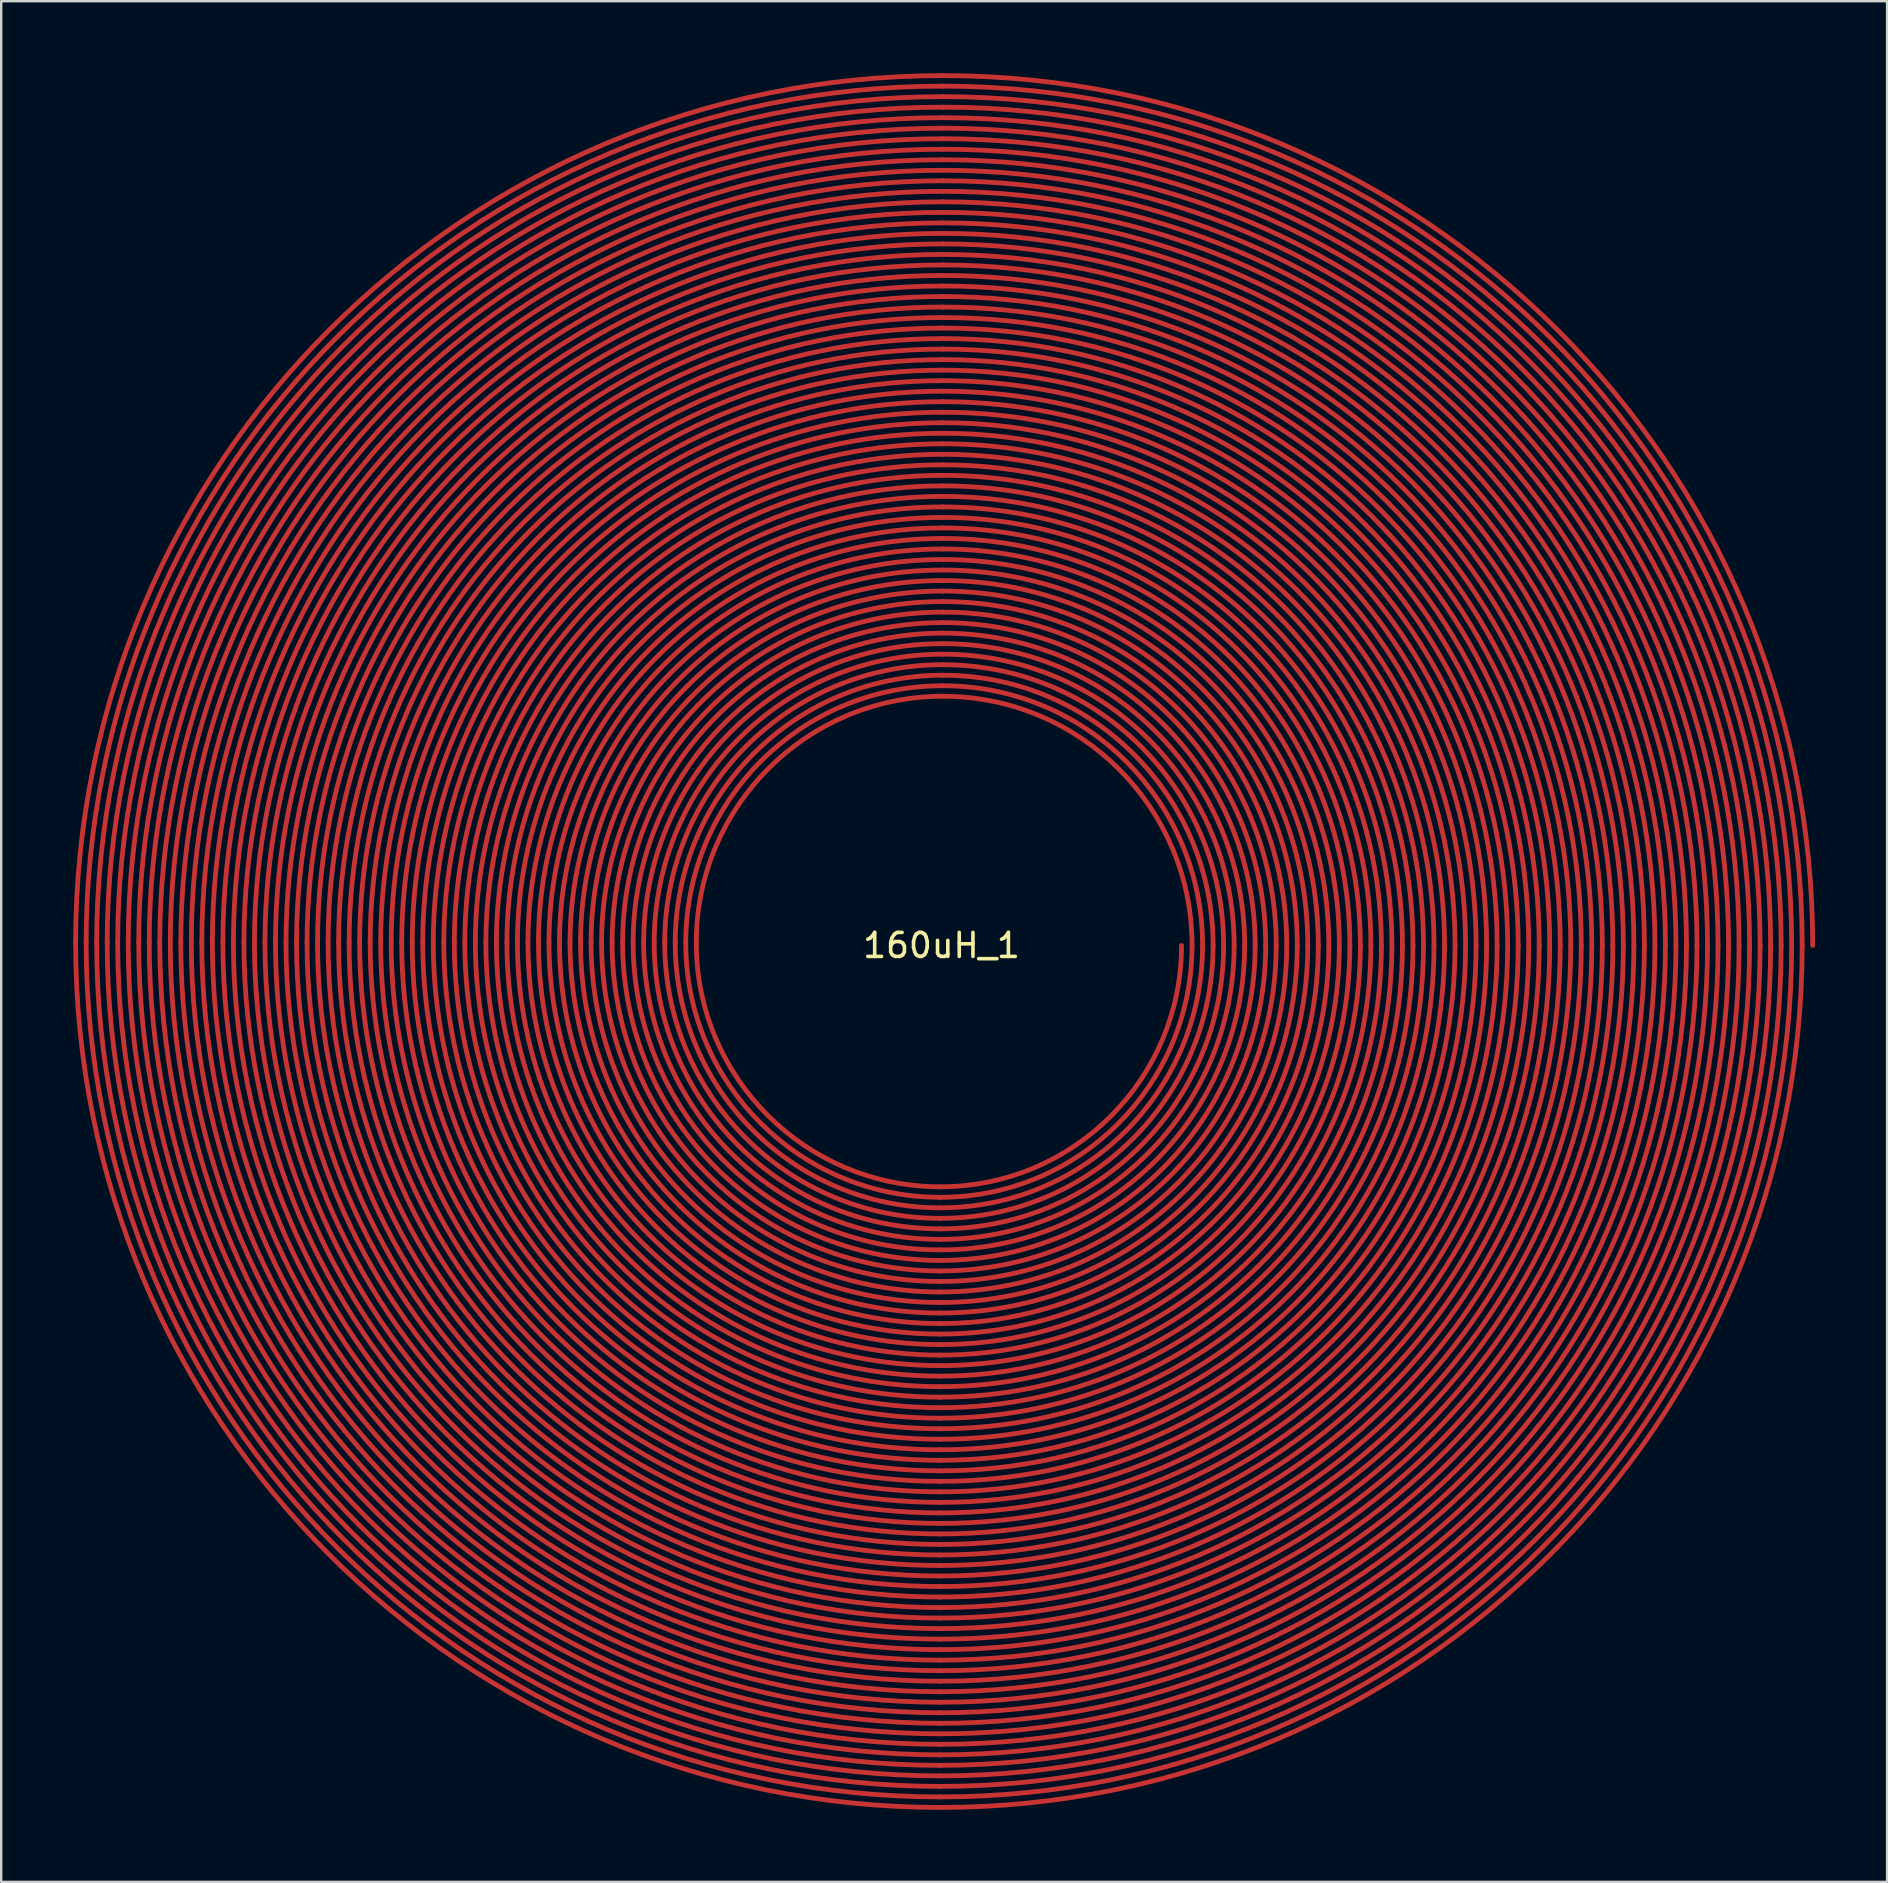
<source format=kicad_pcb>
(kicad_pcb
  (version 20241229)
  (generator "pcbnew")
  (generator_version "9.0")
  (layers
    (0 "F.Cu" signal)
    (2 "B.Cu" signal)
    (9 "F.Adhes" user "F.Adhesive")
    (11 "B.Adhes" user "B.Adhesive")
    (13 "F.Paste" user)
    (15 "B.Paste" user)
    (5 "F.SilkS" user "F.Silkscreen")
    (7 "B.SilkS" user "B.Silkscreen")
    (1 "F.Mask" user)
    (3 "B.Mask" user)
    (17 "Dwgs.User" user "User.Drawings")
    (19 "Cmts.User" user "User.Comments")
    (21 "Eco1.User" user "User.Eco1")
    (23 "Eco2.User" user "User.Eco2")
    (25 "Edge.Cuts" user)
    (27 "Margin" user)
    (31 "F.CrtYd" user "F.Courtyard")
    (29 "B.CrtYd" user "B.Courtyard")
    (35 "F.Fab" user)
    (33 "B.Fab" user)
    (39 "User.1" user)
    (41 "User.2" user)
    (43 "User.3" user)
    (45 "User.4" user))
  (footprint "160uH_1"
    (layer "F.Cu")
    (at 36.179 36.343)
    (property "Reference" "160uH_1" (at 0 0 0) (layer "F.SilkS") (effects (font (size 1 1) (thickness 0.15))))
    (attr smd)
    (fp_arc (start -36.078664 -0.109574) (mid -25.495421 -25.659782) (end 0.054787 -36.243025) (stroke (width 0.2) (type solid)) (layer "F.Cu"))
    (fp_arc (start -35.640367 -0.109574) (mid -25.185498 -25.349859) (end 0.054787 -35.804728) (stroke (width 0.2) (type solid)) (layer "F.Cu"))
    (fp_arc (start -35.20207 -0.109574) (mid -24.875576 -25.039937) (end 0.054787 -35.366431) (stroke (width 0.2) (type solid)) (layer "F.Cu"))
    (fp_arc (start -34.763773 -0.109574) (mid -24.565653 -24.730014) (end 0.054787 -34.928134) (stroke (width 0.2) (type solid)) (layer "F.Cu"))
    (fp_arc (start -34.325477 -0.109574) (mid -24.255731 -24.420092) (end 0.054787 -34.489838) (stroke (width 0.2) (type solid)) (layer "F.Cu"))
    (fp_arc (start -33.88718 -0.109574) (mid -23.945808 -24.110169) (end 0.054787 -34.051541) (stroke (width 0.2) (type solid)) (layer "F.Cu"))
    (fp_arc (start -33.448883 -0.109574) (mid -23.635885 -23.800246) (end 0.054787 -33.613244) (stroke (width 0.2) (type solid)) (layer "F.Cu"))
    (fp_arc (start -33.010586 -0.109574) (mid -23.325962 -23.490323) (end 0.054787 -33.174947) (stroke (width 0.2) (type solid)) (layer "F.Cu"))
    (fp_arc (start -32.572289 -0.109574) (mid -23.01604 -23.180401) (end 0.054787 -32.73665) (stroke (width 0.2) (type solid)) (layer "F.Cu"))
    (fp_arc (start -32.133992 -0.109574) (mid -22.706117 -22.870478) (end 0.054787 -32.298353) (stroke (width 0.2) (type solid)) (layer "F.Cu"))
    (fp_arc (start -31.695695 -0.109574) (mid -22.396194 -22.560555) (end 0.054787 -31.860056) (stroke (width 0.2) (type solid)) (layer "F.Cu"))
    (fp_arc (start -31.257398 -0.109574) (mid -22.086271 -22.250632) (end 0.054787 -31.421759) (stroke (width 0.2) (type solid)) (layer "F.Cu"))
    (fp_arc (start -30.819102 -0.109574) (mid -21.776349 -21.94071) (end 0.054787 -30.983463) (stroke (width 0.2) (type solid)) (layer "F.Cu"))
    (fp_arc (start -30.380805 -0.109574) (mid -21.466426 -21.630787) (end 0.054787 -30.545166) (stroke (width 0.2) (type solid)) (layer "F.Cu"))
    (fp_arc (start -29.942508 -0.109574) (mid -21.156504 -21.320865) (end 0.054787 -30.106869) (stroke (width 0.2) (type solid)) (layer "F.Cu"))
    (fp_arc (start -29.504211 -0.109574) (mid -20.846581 -21.010942) (end 0.054787 -29.668572) (stroke (width 0.2) (type solid)) (layer "F.Cu"))
    (fp_arc (start -29.065914 -0.109574) (mid -20.536658 -20.701019) (end 0.054787 -29.230275) (stroke (width 0.2) (type solid)) (layer "F.Cu"))
    (fp_arc (start -28.627617 -0.109574) (mid -20.226735 -20.391096) (end 0.054787 -28.791978) (stroke (width 0.2) (type solid)) (layer "F.Cu"))
    (fp_arc (start -28.18932 -0.109574) (mid -19.916813 -20.081174) (end 0.054787 -28.353681) (stroke (width 0.2) (type solid)) (layer "F.Cu"))
    (fp_arc (start -27.751023 -0.109574) (mid -19.60689 -19.771251) (end 0.054787 -27.915384) (stroke (width 0.2) (type solid)) (layer "F.Cu"))
    (fp_arc (start -27.312727 -0.109574) (mid -19.296968 -19.461329) (end 0.054787 -27.477088) (stroke (width 0.2) (type solid)) (layer "F.Cu"))
    (fp_arc (start -26.87443 -0.109574) (mid -18.987045 -19.151406) (end 0.054787 -27.038791) (stroke (width 0.2) (type solid)) (layer "F.Cu"))
    (fp_arc (start -26.436133 -0.109574) (mid -18.677122 -18.841483) (end 0.054787 -26.600494) (stroke (width 0.2) (type solid)) (layer "F.Cu"))
    (fp_arc (start -25.997836 -0.109574) (mid -18.367199 -18.53156) (end 0.054787 -26.162197) (stroke (width 0.2) (type solid)) (layer "F.Cu"))
    (fp_arc (start -25.559539 -0.109574) (mid -18.057277 -18.221638) (end 0.054787 -25.7239) (stroke (width 0.2) (type solid)) (layer "F.Cu"))
    (fp_arc (start -25.121242 -0.109574) (mid -17.747354 -17.911715) (end 0.054787 -25.285603) (stroke (width 0.2) (type solid)) (layer "F.Cu"))
    (fp_arc (start -24.682945 -0.109574) (mid -17.437431 -17.601792) (end 0.054787 -24.847306) (stroke (width 0.2) (type solid)) (layer "F.Cu"))
    (fp_arc (start -24.244648 -0.109574) (mid -17.127508 -17.291869) (end 0.054787 -24.409009) (stroke (width 0.2) (type solid)) (layer "F.Cu"))
    (fp_arc (start -23.806352 -0.109574) (mid -16.817586 -16.981947) (end 0.054787 -23.970713) (stroke (width 0.2) (type solid)) (layer "F.Cu"))
    (fp_arc (start -23.368055 -0.109574) (mid -16.507663 -16.672024) (end 0.054787 -23.532416) (stroke (width 0.2) (type solid)) (layer "F.Cu"))
    (fp_arc (start -22.929758 -0.109574) (mid -16.197741 -16.362102) (end 0.054787 -23.094119) (stroke (width 0.2) (type solid)) (layer "F.Cu"))
    (fp_arc (start -22.491461 -0.109574) (mid -15.887818 -16.052179) (end 0.054787 -22.655822) (stroke (width 0.2) (type solid)) (layer "F.Cu"))
    (fp_arc (start -22.053164 -0.109574) (mid -15.577895 -15.742256) (end 0.054787 -22.217525) (stroke (width 0.2) (type solid)) (layer "F.Cu"))
    (fp_arc (start -21.614867 -0.109574) (mid -15.267972 -15.432333) (end 0.054787 -21.779228) (stroke (width 0.2) (type solid)) (layer "F.Cu"))
    (fp_arc (start -21.17657 -0.109574) (mid -14.95805 -15.122411) (end 0.054787 -21.340931) (stroke (width 0.2) (type solid)) (layer "F.Cu"))
    (fp_arc (start -20.738273 -0.109574) (mid -14.648127 -14.812488) (end 0.054787 -20.902634) (stroke (width 0.2) (type solid)) (layer "F.Cu"))
    (fp_arc (start -20.299977 -0.109574) (mid -14.338205 -14.502566) (end 0.054787 -20.464338) (stroke (width 0.2) (type solid)) (layer "F.Cu"))
    (fp_arc (start -19.86168 -0.109574) (mid -14.028282 -14.192643) (end 0.054787 -20.026041) (stroke (width 0.2) (type solid)) (layer "F.Cu"))
    (fp_arc (start -19.423383 -0.109574) (mid -13.718359 -13.88272) (end 0.054787 -19.587744) (stroke (width 0.2) (type solid)) (layer "F.Cu"))
    (fp_arc (start -18.985086 -0.109574) (mid -13.408436 -13.572797) (end 0.054787 -19.149447) (stroke (width 0.2) (type solid)) (layer "F.Cu"))
    (fp_arc (start -18.546789 -0.109574) (mid -13.098514 -13.262875) (end 0.054787 -18.71115) (stroke (width 0.2) (type solid)) (layer "F.Cu"))
    (fp_arc (start -18.108492 -0.109574) (mid -12.788591 -12.952952) (end 0.054787 -18.272853) (stroke (width 0.2) (type solid)) (layer "F.Cu"))
    (fp_arc (start -17.670195 -0.109574) (mid -12.478668 -12.643029) (end 0.054787 -17.834556) (stroke (width 0.2) (type solid)) (layer "F.Cu"))
    (fp_arc (start -17.231898 -0.109574) (mid -12.168745 -12.333106) (end 0.054787 -17.396259) (stroke (width 0.2) (type solid)) (layer "F.Cu"))
    (fp_arc (start -16.793602 -0.109574) (mid -11.858823 -12.023184) (end 0.054787 -16.957963) (stroke (width 0.2) (type solid)) (layer "F.Cu"))
    (fp_arc (start -16.355305 -0.109574) (mid -11.5489 -11.713261) (end 0.054787 -16.519666) (stroke (width 0.2) (type solid)) (layer "F.Cu"))
    (fp_arc (start -15.917008 -0.109574) (mid -11.238978 -11.403339) (end 0.054787 -16.081369) (stroke (width 0.2) (type solid)) (layer "F.Cu"))
    (fp_arc (start -15.478711 -0.109574) (mid -10.929055 -11.093416) (end 0.054787 -15.643072) (stroke (width 0.2) (type solid)) (layer "F.Cu"))
    (fp_arc (start -15.040414 -0.109574) (mid -10.619132 -10.783493) (end 0.054787 -15.204775) (stroke (width 0.2) (type solid)) (layer "F.Cu"))
    (fp_arc (start -14.602117 -0.109574) (mid -10.309209 -10.47357) (end 0.054787 -14.766478) (stroke (width 0.2) (type solid)) (layer "F.Cu"))
    (fp_arc (start -14.16382 -0.109574) (mid -9.999286 -10.163647) (end 0.054787 -14.328181) (stroke (width 0.2) (type solid)) (layer "F.Cu"))
    (fp_arc (start -13.725523 -0.109574) (mid -9.689364 -9.853725) (end 0.054787 -13.889884) (stroke (width 0.2) (type solid)) (layer "F.Cu"))
    (fp_arc (start -13.287227 -0.109574) (mid -9.379442 -9.543803) (end 0.054787 -13.451588) (stroke (width 0.2) (type solid)) (layer "F.Cu"))
    (fp_arc (start -12.84893 -0.109574) (mid -9.069519 -9.23388) (end 0.054787 -13.013291) (stroke (width 0.2) (type solid)) (layer "F.Cu"))
    (fp_arc (start -12.410633 -0.109574) (mid -8.759596 -8.923957) (end 0.054787 -12.574994) (stroke (width 0.2) (type solid)) (layer "F.Cu"))
    (fp_arc (start -11.972336 -0.109574) (mid -8.449673 -8.614034) (end 0.054787 -12.136697) (stroke (width 0.2) (type solid)) (layer "F.Cu"))
    (fp_arc (start -11.534039 -0.109574) (mid -8.13975 -8.304111) (end 0.054787 -11.6984) (stroke (width 0.2) (type solid)) (layer "F.Cu"))
    (fp_arc (start -11.095742 -0.109574) (mid -7.829828 -7.994189) (end 0.054787 -11.260103) (stroke (width 0.2) (type solid)) (layer "F.Cu"))
    (fp_arc (start -10.657445 -0.109574) (mid -7.519905 -7.684266) (end 0.054787 -10.821806) (stroke (width 0.2) (type solid)) (layer "F.Cu"))
    (fp_arc (start -10.219148 -0.109574) (mid -7.209982 -7.374343) (end 0.054787 -10.383509) (stroke (width 0.2) (type solid)) (layer "F.Cu"))
    (fp_arc (start -0.054787 10.054787) (mid -7.242076 7.077715) (end -10.219148 -0.109574) (stroke (width 0.2) (type solid)) (layer "F.Cu"))
    (fp_arc (start -0.054787 10.493084) (mid -7.551998 7.387637) (end -10.657445 -0.109574) (stroke (width 0.2) (type solid)) (layer "F.Cu"))
    (fp_arc (start -0.054787 10.931381) (mid -7.861921 7.69756) (end -11.095742 -0.109574) (stroke (width 0.2) (type solid)) (layer "F.Cu"))
    (fp_arc (start -0.054787 11.369678) (mid -8.171844 8.007483) (end -11.534039 -0.109574) (stroke (width 0.2) (type solid)) (layer "F.Cu"))
    (fp_arc (start -0.054787 11.807975) (mid -8.481767 8.317406) (end -11.972336 -0.109574) (stroke (width 0.2) (type solid)) (layer "F.Cu"))
    (fp_arc (start -0.054787 12.246271) (mid -8.791689 8.627328) (end -12.410632 -0.109574) (stroke (width 0.2) (type solid)) (layer "F.Cu"))
    (fp_arc (start -0.054787 12.684568) (mid -9.101612 8.937251) (end -12.848929 -0.109574) (stroke (width 0.2) (type solid)) (layer "F.Cu"))
    (fp_arc (start -0.054787 13.122865) (mid -9.411534 9.247173) (end -13.287226 -0.109574) (stroke (width 0.2) (type solid)) (layer "F.Cu"))
    (fp_arc (start -0.054787 13.561162) (mid -9.721457 9.557096) (end -13.725523 -0.109574) (stroke (width 0.2) (type solid)) (layer "F.Cu"))
    (fp_arc (start -0.054787 13.999459) (mid -10.03138 9.867019) (end -14.16382 -0.109574) (stroke (width 0.2) (type solid)) (layer "F.Cu"))
    (fp_arc (start -0.054787 14.437756) (mid -10.341303 10.176942) (end -14.602117 -0.109574) (stroke (width 0.2) (type solid)) (layer "F.Cu"))
    (fp_arc (start -0.054787 14.876053) (mid -10.651225 10.486864) (end -15.040414 -0.109574) (stroke (width 0.2) (type solid)) (layer "F.Cu"))
    (fp_arc (start -0.054787 15.31435) (mid -10.961148 10.796787) (end -15.478711 -0.109574) (stroke (width 0.2) (type solid)) (layer "F.Cu"))
    (fp_arc (start -0.054787 15.752646) (mid -11.27107 11.106709) (end -15.917007 -0.109574) (stroke (width 0.2) (type solid)) (layer "F.Cu"))
    (fp_arc (start -0.054787 16.190943) (mid -11.580993 11.416632) (end -16.355304 -0.109574) (stroke (width 0.2) (type solid)) (layer "F.Cu"))
    (fp_arc (start -0.054787 16.62924) (mid -11.890916 11.726555) (end -16.793601 -0.109574) (stroke (width 0.2) (type solid)) (layer "F.Cu"))
    (fp_arc (start -0.054787 17.067537) (mid -12.200839 12.036478) (end -17.231898 -0.109574) (stroke (width 0.2) (type solid)) (layer "F.Cu"))
    (fp_arc (start -0.054787 17.505834) (mid -12.510761 12.3464) (end -17.670195 -0.109574) (stroke (width 0.2) (type solid)) (layer "F.Cu"))
    (fp_arc (start -0.054787 17.944131) (mid -12.820684 12.656323) (end -18.108492 -0.109574) (stroke (width 0.2) (type solid)) (layer "F.Cu"))
    (fp_arc (start -0.054787 18.382428) (mid -13.130607 12.966246) (end -18.546789 -0.109574) (stroke (width 0.2) (type solid)) (layer "F.Cu"))
    (fp_arc (start -0.054787 18.820725) (mid -13.44053 13.276169) (end -18.985086 -0.109574) (stroke (width 0.2) (type solid)) (layer "F.Cu"))
    (fp_arc (start -0.054787 19.259021) (mid -13.750452 13.586091) (end -19.423382 -0.109574) (stroke (width 0.2) (type solid)) (layer "F.Cu"))
    (fp_arc (start -0.054787 19.697318) (mid -14.060375 13.896014) (end -19.861679 -0.109574) (stroke (width 0.2) (type solid)) (layer "F.Cu"))
    (fp_arc (start -0.054787 20.135615) (mid -14.370297 14.205936) (end -20.299976 -0.109574) (stroke (width 0.2) (type solid)) (layer "F.Cu"))
    (fp_arc (start -0.054787 20.573912) (mid -14.68022 14.515859) (end -20.738273 -0.109574) (stroke (width 0.2) (type solid)) (layer "F.Cu"))
    (fp_arc (start -0.054787 21.012209) (mid -14.990143 14.825782) (end -21.17657 -0.109574) (stroke (width 0.2) (type solid)) (layer "F.Cu"))
    (fp_arc (start -0.054787 21.450506) (mid -15.300066 15.135705) (end -21.614867 -0.109574) (stroke (width 0.2) (type solid)) (layer "F.Cu"))
    (fp_arc (start -0.054787 21.888803) (mid -15.609989 15.445628) (end -22.053164 -0.109574) (stroke (width 0.2) (type solid)) (layer "F.Cu"))
    (fp_arc (start -0.054787 22.3271) (mid -15.919911 15.75555) (end -22.491461 -0.109574) (stroke (width 0.2) (type solid)) (layer "F.Cu"))
    (fp_arc (start -0.054787 22.765396) (mid -16.229833 16.065472) (end -22.929757 -0.109574) (stroke (width 0.2) (type solid)) (layer "F.Cu"))
    (fp_arc (start -0.054787 23.203693) (mid -16.539756 16.375395) (end -23.368054 -0.109574) (stroke (width 0.2) (type solid)) (layer "F.Cu"))
    (fp_arc (start -0.054787 23.64199) (mid -16.849679 16.685318) (end -23.806351 -0.109574) (stroke (width 0.2) (type solid)) (layer "F.Cu"))
    (fp_arc (start -0.054787 24.080287) (mid -17.159602 16.995241) (end -24.244648 -0.109574) (stroke (width 0.2) (type solid)) (layer "F.Cu"))
    (fp_arc (start -0.054787 24.518584) (mid -17.469525 17.305164) (end -24.682945 -0.109574) (stroke (width 0.2) (type solid)) (layer "F.Cu"))
    (fp_arc (start -0.054787 24.956881) (mid -17.779447 17.615086) (end -25.121242 -0.109574) (stroke (width 0.2) (type solid)) (layer "F.Cu"))
    (fp_arc (start -0.054787 25.395178) (mid -18.08937 17.925009) (end -25.559539 -0.109574) (stroke (width 0.2) (type solid)) (layer "F.Cu"))
    (fp_arc (start -0.054787 25.833475) (mid -18.399293 18.234932) (end -25.997836 -0.109574) (stroke (width 0.2) (type solid)) (layer "F.Cu"))
    (fp_arc (start -0.054787 26.271771) (mid -18.709215 18.544854) (end -26.436132 -0.109574) (stroke (width 0.2) (type solid)) (layer "F.Cu"))
    (fp_arc (start -0.054787 26.710068) (mid -19.019138 18.854777) (end -26.874429 -0.109574) (stroke (width 0.2) (type solid)) (layer "F.Cu"))
    (fp_arc (start -0.054787 27.148365) (mid -19.329061 19.1647) (end -27.312726 -0.109574) (stroke (width 0.2) (type solid)) (layer "F.Cu"))
    (fp_arc (start -0.054787 27.586662) (mid -19.638983 19.474622) (end -27.751023 -0.109574) (stroke (width 0.2) (type solid)) (layer "F.Cu"))
    (fp_arc (start -0.054787 28.024959) (mid -19.948906 19.784545) (end -28.18932 -0.109574) (stroke (width 0.2) (type solid)) (layer "F.Cu"))
    (fp_arc (start -0.054787 28.463256) (mid -20.258829 20.094468) (end -28.627617 -0.109574) (stroke (width 0.2) (type solid)) (layer "F.Cu"))
    (fp_arc (start -0.054787 28.901553) (mid -20.568752 20.404391) (end -29.065914 -0.109574) (stroke (width 0.2) (type solid)) (layer "F.Cu"))
    (fp_arc (start -0.054787 29.33985) (mid -20.878674 20.714313) (end -29.504211 -0.109574) (stroke (width 0.2) (type solid)) (layer "F.Cu"))
    (fp_arc (start -0.054787 29.778146) (mid -21.188596 21.024235) (end -29.942507 -0.109574) (stroke (width 0.2) (type solid)) (layer "F.Cu"))
    (fp_arc (start -0.054787 30.216443) (mid -21.498519 21.334158) (end -30.380804 -0.109574) (stroke (width 0.2) (type solid)) (layer "F.Cu"))
    (fp_arc (start -0.054787 30.65474) (mid -21.808442 21.644081) (end -30.819101 -0.109574) (stroke (width 0.2) (type solid)) (layer "F.Cu"))
    (fp_arc (start -0.054787 31.093037) (mid -22.118365 21.954004) (end -31.257398 -0.109574) (stroke (width 0.2) (type solid)) (layer "F.Cu"))
    (fp_arc (start -0.054787 31.531334) (mid -22.428288 22.263927) (end -31.695695 -0.109574) (stroke (width 0.2) (type solid)) (layer "F.Cu"))
    (fp_arc (start -0.054787 31.969631) (mid -22.73821 22.573849) (end -32.133992 -0.109574) (stroke (width 0.2) (type solid)) (layer "F.Cu"))
    (fp_arc (start -0.054787 32.407928) (mid -23.048133 22.883772) (end -32.572289 -0.109574) (stroke (width 0.2) (type solid)) (layer "F.Cu"))
    (fp_arc (start -0.054787 32.846225) (mid -23.358056 23.193695) (end -33.010586 -0.109574) (stroke (width 0.2) (type solid)) (layer "F.Cu"))
    (fp_arc (start -0.054787 33.284521) (mid -23.667978 23.503617) (end -33.448882 -0.109574) (stroke (width 0.2) (type solid)) (layer "F.Cu"))
    (fp_arc (start -0.054787 33.722818) (mid -23.977901 23.81354) (end -33.887179 -0.109574) (stroke (width 0.2) (type solid)) (layer "F.Cu"))
    (fp_arc (start -0.054787 34.161115) (mid -24.287824 24.123463) (end -34.325476 -0.109574) (stroke (width 0.2) (type solid)) (layer "F.Cu"))
    (fp_arc (start -0.054787 34.599412) (mid -24.597746 24.433385) (end -34.763773 -0.109574) (stroke (width 0.2) (type solid)) (layer "F.Cu"))
    (fp_arc (start -0.054787 35.037709) (mid -24.907669 24.743308) (end -35.20207 -0.109574) (stroke (width 0.2) (type solid)) (layer "F.Cu"))
    (fp_arc (start -0.054787 35.476006) (mid -25.217592 25.053231) (end -35.640367 -0.109574) (stroke (width 0.2) (type solid)) (layer "F.Cu"))
    (fp_arc (start -0.054787 35.914303) (mid -25.527515 25.363154) (end -36.078664 -0.109574) (stroke (width 0.2) (type solid)) (layer "F.Cu"))
    (fp_arc (start 0.054787 -36.243025) (mid 25.682476 -25.627689) (end 36.297812 0) (stroke (width 0.2) (type solid)) (layer "F.Cu"))
    (fp_arc (start 0.054787 -35.804729) (mid 25.372554 -25.317767) (end 35.859516 0) (stroke (width 0.2) (type solid)) (layer "F.Cu"))
    (fp_arc (start 0.054787 -35.366432) (mid 25.062631 -25.007844) (end 35.421219 0) (stroke (width 0.2) (type solid)) (layer "F.Cu"))
    (fp_arc (start 0.054787 -34.928135) (mid 24.752708 -24.697921) (end 34.982922 0) (stroke (width 0.2) (type solid)) (layer "F.Cu"))
    (fp_arc (start 0.054787 -34.489838) (mid 24.442785 -24.387998) (end 34.544625 0) (stroke (width 0.2) (type solid)) (layer "F.Cu"))
    (fp_arc (start 0.054787 -34.051541) (mid 24.132863 -24.078076) (end 34.106328 0) (stroke (width 0.2) (type solid)) (layer "F.Cu"))
    (fp_arc (start 0.054787 -33.613244) (mid 23.82294 -23.768153) (end 33.668031 0) (stroke (width 0.2) (type solid)) (layer "F.Cu"))
    (fp_arc (start 0.054787 -33.174947) (mid 23.513017 -23.45823) (end 33.229734 0) (stroke (width 0.2) (type solid)) (layer "F.Cu"))
    (fp_arc (start 0.054787 -32.73665) (mid 23.203094 -23.148307) (end 32.791437 0) (stroke (width 0.2) (type solid)) (layer "F.Cu"))
    (fp_arc (start 0.054787 -32.298354) (mid 22.893172 -22.838385) (end 32.353141 0) (stroke (width 0.2) (type solid)) (layer "F.Cu"))
    (fp_arc (start 0.054787 -31.860057) (mid 22.583249 -22.528462) (end 31.914844 0) (stroke (width 0.2) (type solid)) (layer "F.Cu"))
    (fp_arc (start 0.054787 -31.42176) (mid 22.273327 -22.21854) (end 31.476547 0) (stroke (width 0.2) (type solid)) (layer "F.Cu"))
    (fp_arc (start 0.054787 -30.983463) (mid 21.963404 -21.908617) (end 31.03825 0) (stroke (width 0.2) (type solid)) (layer "F.Cu"))
    (fp_arc (start 0.054787 -30.545166) (mid 21.653481 -21.598694) (end 30.599953 0) (stroke (width 0.2) (type solid)) (layer "F.Cu"))
    (fp_arc (start 0.054787 -30.106869) (mid 21.343558 -21.288771) (end 30.161656 0) (stroke (width 0.2) (type solid)) (layer "F.Cu"))
    (fp_arc (start 0.054787 -29.668572) (mid 21.033635 -20.978848) (end 29.723359 0) (stroke (width 0.2) (type solid)) (layer "F.Cu"))
    (fp_arc (start 0.054787 -29.230275) (mid 20.723713 -20.668926) (end 29.285062 0) (stroke (width 0.2) (type solid)) (layer "F.Cu"))
    (fp_arc (start 0.054787 -28.791979) (mid 20.413791 -20.359004) (end 28.846766 0) (stroke (width 0.2) (type solid)) (layer "F.Cu"))
    (fp_arc (start 0.054787 -28.353682) (mid 20.103868 -20.049081) (end 28.408469 0) (stroke (width 0.2) (type solid)) (layer "F.Cu"))
    (fp_arc (start 0.054787 -27.915385) (mid 19.793945 -19.739158) (end 27.970172 0) (stroke (width 0.2) (type solid)) (layer "F.Cu"))
    (fp_arc (start 0.054787 -27.477088) (mid 19.484022 -19.429235) (end 27.531875 0) (stroke (width 0.2) (type solid)) (layer "F.Cu"))
    (fp_arc (start 0.054787 -27.038791) (mid 19.174099 -19.119312) (end 27.093578 0) (stroke (width 0.2) (type solid)) (layer "F.Cu"))
    (fp_arc (start 0.054787 -26.600494) (mid 18.864177 -18.80939) (end 26.655281 0) (stroke (width 0.2) (type solid)) (layer "F.Cu"))
    (fp_arc (start 0.054787 -26.162197) (mid 18.554254 -18.499467) (end 26.216984 0) (stroke (width 0.2) (type solid)) (layer "F.Cu"))
    (fp_arc (start 0.054787 -25.7239) (mid 18.244331 -18.189544) (end 25.778687 0) (stroke (width 0.2) (type solid)) (layer "F.Cu"))
    (fp_arc (start 0.054787 -25.285604) (mid 17.934409 -17.879622) (end 25.340391 0) (stroke (width 0.2) (type solid)) (layer "F.Cu"))
    (fp_arc (start 0.054787 -24.847307) (mid 17.624486 -17.569699) (end 24.902094 0) (stroke (width 0.2) (type solid)) (layer "F.Cu"))
    (fp_arc (start 0.054787 -24.40901) (mid 17.314563 -17.259776) (end 24.463797 0) (stroke (width 0.2) (type solid)) (layer "F.Cu"))
    (fp_arc (start 0.054787 -23.970713) (mid 17.004641 -16.949854) (end 24.0255 0) (stroke (width 0.2) (type solid)) (layer "F.Cu"))
    (fp_arc (start 0.054787 -23.532416) (mid 16.694718 -16.639931) (end 23.587203 0) (stroke (width 0.2) (type solid)) (layer "F.Cu"))
    (fp_arc (start 0.054787 -23.094119) (mid 16.384795 -16.330008) (end 23.148906 0) (stroke (width 0.2) (type solid)) (layer "F.Cu"))
    (fp_arc (start 0.054787 -22.655822) (mid 16.074872 -16.020085) (end 22.710609 0) (stroke (width 0.2) (type solid)) (layer "F.Cu"))
    (fp_arc (start 0.054787 -22.217525) (mid 15.76495 -15.710163) (end 22.272312 0) (stroke (width 0.2) (type solid)) (layer "F.Cu"))
    (fp_arc (start 0.054787 -21.779229) (mid 15.455028 -15.400241) (end 21.834016 0) (stroke (width 0.2) (type solid)) (layer "F.Cu"))
    (fp_arc (start 0.054787 -21.340932) (mid 15.145105 -15.090318) (end 21.395719 0) (stroke (width 0.2) (type solid)) (layer "F.Cu"))
    (fp_arc (start 0.054787 -20.902635) (mid 14.835182 -14.780395) (end 20.957422 0) (stroke (width 0.2) (type solid)) (layer "F.Cu"))
    (fp_arc (start 0.054787 -20.464338) (mid 14.525259 -14.470472) (end 20.519125 0) (stroke (width 0.2) (type solid)) (layer "F.Cu"))
    (fp_arc (start 0.054787 -20.026041) (mid 14.215336 -14.160549) (end 20.080828 0) (stroke (width 0.2) (type solid)) (layer "F.Cu"))
    (fp_arc (start 0.054787 -19.587744) (mid 13.905414 -13.850627) (end 19.642531 0) (stroke (width 0.2) (type solid)) (layer "F.Cu"))
    (fp_arc (start 0.054787 -19.149447) (mid 13.595491 -13.540704) (end 19.204234 0) (stroke (width 0.2) (type solid)) (layer "F.Cu"))
    (fp_arc (start 0.054787 -18.71115) (mid 13.285568 -13.230781) (end 18.765937 0) (stroke (width 0.2) (type solid)) (layer "F.Cu"))
    (fp_arc (start 0.054787 -18.272854) (mid 12.975646 -12.920859) (end 18.327641 0) (stroke (width 0.2) (type solid)) (layer "F.Cu"))
    (fp_arc (start 0.054787 -17.834557) (mid 12.665723 -12.610936) (end 17.889344 0) (stroke (width 0.2) (type solid)) (layer "F.Cu"))
    (fp_arc (start 0.054787 -17.39626) (mid 12.3558 -12.301013) (end 17.451047 0) (stroke (width 0.2) (type solid)) (layer "F.Cu"))
    (fp_arc (start 0.054787 -16.957963) (mid 12.045878 -11.991091) (end 17.01275 0) (stroke (width 0.2) (type solid)) (layer "F.Cu"))
    (fp_arc (start 0.054787 -16.519666) (mid 11.735955 -11.681168) (end 16.574453 0) (stroke (width 0.2) (type solid)) (layer "F.Cu"))
    (fp_arc (start 0.054787 -16.081369) (mid 11.426032 -11.371245) (end 16.136156 0) (stroke (width 0.2) (type solid)) (layer "F.Cu"))
    (fp_arc (start 0.054787 -15.643072) (mid 11.116109 -11.061322) (end 15.697859 0) (stroke (width 0.2) (type solid)) (layer "F.Cu"))
    (fp_arc (start 0.054787 -15.204775) (mid 10.806187 -10.7514) (end 15.259562 0) (stroke (width 0.2) (type solid)) (layer "F.Cu"))
    (fp_arc (start 0.054787 -14.766479) (mid 10.496264 -10.441477) (end 14.821266 0) (stroke (width 0.2) (type solid)) (layer "F.Cu"))
    (fp_arc (start 0.054787 -14.328182) (mid 10.186342 -10.131555) (end 14.382969 0) (stroke (width 0.2) (type solid)) (layer "F.Cu"))
    (fp_arc (start 0.054787 -13.889885) (mid 9.876419 -9.821632) (end 13.944672 0) (stroke (width 0.2) (type solid)) (layer "F.Cu"))
    (fp_arc (start 0.054787 -13.451588) (mid 9.566496 -9.511709) (end 13.506375 0) (stroke (width 0.2) (type solid)) (layer "F.Cu"))
    (fp_arc (start 0.054787 -13.013291) (mid 9.256573 -9.201786) (end 13.068078 0) (stroke (width 0.2) (type solid)) (layer "F.Cu"))
    (fp_arc (start 0.054787 -12.574994) (mid 8.946651 -8.891864) (end 12.629781 0) (stroke (width 0.2) (type solid)) (layer "F.Cu"))
    (fp_arc (start 0.054787 -12.136697) (mid 8.636728 -8.581941) (end 12.191484 0) (stroke (width 0.2) (type solid)) (layer "F.Cu"))
    (fp_arc (start 0.054787 -11.6984) (mid 8.326805 -8.272018) (end 11.753187 0) (stroke (width 0.2) (type solid)) (layer "F.Cu"))
    (fp_arc (start 0.054787 -11.260104) (mid 8.016883 -7.962096) (end 11.314891 0) (stroke (width 0.2) (type solid)) (layer "F.Cu"))
    (fp_arc (start 0.054787 -10.821807) (mid 7.70696 -7.652173) (end 10.876594 0) (stroke (width 0.2) (type solid)) (layer "F.Cu"))
    (fp_arc (start 0.054787 -10.38351) (mid 7.397037 -7.34225) (end 10.438297 0) (stroke (width 0.2) (type solid)) (layer "F.Cu"))
    (fp_arc (start 10 0) (mid 7.055021 7.109808) (end -0.054787 10.054787) (stroke (width 0.2) (type solid)) (layer "F.Cu"))
    (fp_arc (start 10.438297 0) (mid 7.364944 7.419731) (end -0.054787 10.493084) (stroke (width 0.2) (type solid)) (layer "F.Cu"))
    (fp_arc (start 10.876594 0) (mid 7.674867 7.729654) (end -0.054787 10.931381) (stroke (width 0.2) (type solid)) (layer "F.Cu"))
    (fp_arc (start 11.314891 0) (mid 7.984789 8.039576) (end -0.054787 11.369678) (stroke (width 0.2) (type solid)) (layer "F.Cu"))
    (fp_arc (start 11.753188 0) (mid 8.294712 8.349499) (end -0.054787 11.807975) (stroke (width 0.2) (type solid)) (layer "F.Cu"))
    (fp_arc (start 12.191484 0) (mid 8.604634 8.659421) (end -0.054787 12.246271) (stroke (width 0.2) (type solid)) (layer "F.Cu"))
    (fp_arc (start 12.629781 0) (mid 8.914557 8.969344) (end -0.054787 12.684568) (stroke (width 0.2) (type solid)) (layer "F.Cu"))
    (fp_arc (start 13.068078 0) (mid 9.22448 9.279267) (end -0.054787 13.122865) (stroke (width 0.2) (type solid)) (layer "F.Cu"))
    (fp_arc (start 13.506375 0) (mid 9.534403 9.58919) (end -0.054787 13.561162) (stroke (width 0.2) (type solid)) (layer "F.Cu"))
    (fp_arc (start 13.944672 0) (mid 9.844325 9.899112) (end -0.054787 13.999459) (stroke (width 0.2) (type solid)) (layer "F.Cu"))
    (fp_arc (start 14.382969 0) (mid 10.154248 10.209035) (end -0.054787 14.437756) (stroke (width 0.2) (type solid)) (layer "F.Cu"))
    (fp_arc (start 14.821266 0) (mid 10.464171 10.518958) (end -0.054787 14.876053) (stroke (width 0.2) (type solid)) (layer "F.Cu"))
    (fp_arc (start 15.259563 0) (mid 10.774094 10.828881) (end -0.054787 15.31435) (stroke (width 0.2) (type solid)) (layer "F.Cu"))
    (fp_arc (start 15.697859 0) (mid 11.084016 11.138803) (end -0.054787 15.752646) (stroke (width 0.2) (type solid)) (layer "F.Cu"))
    (fp_arc (start 16.136156 0) (mid 11.393939 11.448726) (end -0.054787 16.190943) (stroke (width 0.2) (type solid)) (layer "F.Cu"))
    (fp_arc (start 16.574453 0) (mid 11.703861 11.758648) (end -0.054787 16.62924) (stroke (width 0.2) (type solid)) (layer "F.Cu"))
    (fp_arc (start 17.01275 0) (mid 12.013784 12.068571) (end -0.054787 17.067537) (stroke (width 0.2) (type solid)) (layer "F.Cu"))
    (fp_arc (start 17.451047 0) (mid 12.323707 12.378494) (end -0.054787 17.505834) (stroke (width 0.2) (type solid)) (layer "F.Cu"))
    (fp_arc (start 17.889344 0) (mid 12.63363 12.688417) (end -0.054787 17.944131) (stroke (width 0.2) (type solid)) (layer "F.Cu"))
    (fp_arc (start 18.327641 0) (mid 12.943552 12.998339) (end -0.054787 18.382428) (stroke (width 0.2) (type solid)) (layer "F.Cu"))
    (fp_arc (start 18.765937 0) (mid 13.253475 13.308262) (end -0.054787 18.820724) (stroke (width 0.2) (type solid)) (layer "F.Cu"))
    (fp_arc (start 19.204234 0) (mid 13.563397 13.618184) (end -0.054787 19.259021) (stroke (width 0.2) (type solid)) (layer "F.Cu"))
    (fp_arc (start 19.642531 0) (mid 13.87332 13.928107) (end -0.054787 19.697318) (stroke (width 0.2) (type solid)) (layer "F.Cu"))
    (fp_arc (start 20.080828 0) (mid 14.183243 14.23803) (end -0.054787 20.135615) (stroke (width 0.2) (type solid)) (layer "F.Cu"))
    (fp_arc (start 20.519125 0) (mid 14.493166 14.547953) (end -0.054787 20.573912) (stroke (width 0.2) (type solid)) (layer "F.Cu"))
    (fp_arc (start 20.957422 0) (mid 14.803088 14.857875) (end -0.054787 21.012209) (stroke (width 0.2) (type solid)) (layer "F.Cu"))
    (fp_arc (start 21.395719 0) (mid 15.113011 15.167798) (end -0.054787 21.450506) (stroke (width 0.2) (type solid)) (layer "F.Cu"))
    (fp_arc (start 21.834016 0) (mid 15.422934 15.477721) (end -0.054787 21.888803) (stroke (width 0.2) (type solid)) (layer "F.Cu"))
    (fp_arc (start 22.272312 0) (mid 15.732856 15.787643) (end -0.054787 22.327099) (stroke (width 0.2) (type solid)) (layer "F.Cu"))
    (fp_arc (start 22.710609 0) (mid 16.042779 16.097566) (end -0.054787 22.765396) (stroke (width 0.2) (type solid)) (layer "F.Cu"))
    (fp_arc (start 23.148906 0) (mid 16.352702 16.407489) (end -0.054787 23.203693) (stroke (width 0.2) (type solid)) (layer "F.Cu"))
    (fp_arc (start 23.587203 0) (mid 16.662624 16.717411) (end -0.054787 23.64199) (stroke (width 0.2) (type solid)) (layer "F.Cu"))
    (fp_arc (start 24.0255 0) (mid 16.972547 17.027334) (end -0.054787 24.080287) (stroke (width 0.2) (type solid)) (layer "F.Cu"))
    (fp_arc (start 24.463797 0) (mid 17.28247 17.337257) (end -0.054787 24.518584) (stroke (width 0.2) (type solid)) (layer "F.Cu"))
    (fp_arc (start 24.902094 0) (mid 17.592393 17.64718) (end -0.054787 24.956881) (stroke (width 0.2) (type solid)) (layer "F.Cu"))
    (fp_arc (start 25.340391 0) (mid 17.902316 17.957103) (end -0.054787 25.395178) (stroke (width 0.2) (type solid)) (layer "F.Cu"))
    (fp_arc (start 25.778687 0) (mid 18.212238 18.267025) (end -0.054787 25.833474) (stroke (width 0.2) (type solid)) (layer "F.Cu"))
    (fp_arc (start 26.216984 0) (mid 18.52216 18.576947) (end -0.054787 26.271771) (stroke (width 0.2) (type solid)) (layer "F.Cu"))
    (fp_arc (start 26.655281 0) (mid 18.832083 18.88687) (end -0.054787 26.710068) (stroke (width 0.2) (type solid)) (layer "F.Cu"))
    (fp_arc (start 27.093578 0) (mid 19.142006 19.196793) (end -0.054787 27.148365) (stroke (width 0.2) (type solid)) (layer "F.Cu"))
    (fp_arc (start 27.531875 0) (mid 19.451929 19.506716) (end -0.054787 27.586662) (stroke (width 0.2) (type solid)) (layer "F.Cu"))
    (fp_arc (start 27.970172 0) (mid 19.761852 19.816639) (end -0.054787 28.024959) (stroke (width 0.2) (type solid)) (layer "F.Cu"))
    (fp_arc (start 28.408469 0) (mid 20.071774 20.126561) (end -0.054787 28.463256) (stroke (width 0.2) (type solid)) (layer "F.Cu"))
    (fp_arc (start 28.846766 0) (mid 20.381697 20.436484) (end -0.054787 28.901553) (stroke (width 0.2) (type solid)) (layer "F.Cu"))
    (fp_arc (start 29.285062 0) (mid 20.691619 20.746406) (end -0.054787 29.339849) (stroke (width 0.2) (type solid)) (layer "F.Cu"))
    (fp_arc (start 29.723359 0) (mid 21.001542 21.056329) (end -0.054787 29.778146) (stroke (width 0.2) (type solid)) (layer "F.Cu"))
    (fp_arc (start 30.161656 0) (mid 21.311465 21.366252) (end -0.054787 30.216443) (stroke (width 0.2) (type solid)) (layer "F.Cu"))
    (fp_arc (start 30.599953 0) (mid 21.621388 21.676175) (end -0.054787 30.65474) (stroke (width 0.2) (type solid)) (layer "F.Cu"))
    (fp_arc (start 31.03825 0) (mid 21.93131 21.986097) (end -0.054787 31.093037) (stroke (width 0.2) (type solid)) (layer "F.Cu"))
    (fp_arc (start 31.476547 0) (mid 22.241233 22.29602) (end -0.054787 31.531334) (stroke (width 0.2) (type solid)) (layer "F.Cu"))
    (fp_arc (start 31.914844 0) (mid 22.551156 22.605943) (end -0.054787 31.969631) (stroke (width 0.2) (type solid)) (layer "F.Cu"))
    (fp_arc (start 32.353141 0) (mid 22.861079 22.915866) (end -0.054787 32.407928) (stroke (width 0.2) (type solid)) (layer "F.Cu"))
    (fp_arc (start 32.791437 0) (mid 23.171001 23.225788) (end -0.054787 32.846224) (stroke (width 0.2) (type solid)) (layer "F.Cu"))
    (fp_arc (start 33.229734 0) (mid 23.480924 23.535711) (end -0.054787 33.284521) (stroke (width 0.2) (type solid)) (layer "F.Cu"))
    (fp_arc (start 33.668031 0) (mid 23.790846 23.845633) (end -0.054787 33.722818) (stroke (width 0.2) (type solid)) (layer "F.Cu"))
    (fp_arc (start 34.106328 0) (mid 24.100769 24.155556) (end -0.054787 34.161115) (stroke (width 0.2) (type solid)) (layer "F.Cu"))
    (fp_arc (start 34.544625 0) (mid 24.410692 24.465479) (end -0.054787 34.599412) (stroke (width 0.2) (type solid)) (layer "F.Cu"))
    (fp_arc (start 34.982922 0) (mid 24.720615 24.775402) (end -0.054787 35.037709) (stroke (width 0.2) (type solid)) (layer "F.Cu"))
    (fp_arc (start 35.421219 0) (mid 25.030537 25.085324) (end -0.054787 35.476006) (stroke (width 0.2) (type solid)) (layer "F.Cu"))
    (fp_arc (start 35.859516 0) (mid 25.34046 25.395247) (end -0.054787 35.914303) (stroke (width 0.2) (type solid)) (layer "F.Cu"))
    (pad "1" smd rect (at 10 0) (size 0.1 0.1) (layers "F.Cu" "F.Mask" "F.Paste"))
    (pad "2" smd rect (at 36.298 0) (size 0.1 0.1) (layers "F.Cu" "F.Mask" "F.Paste")))
  (gr_rect
    (start -3 -3)
    (end 75.576 75.357)
    (stroke (width 0.1) (type default))
    (fill no)
    (layer "Edge.Cuts")))
</source>
